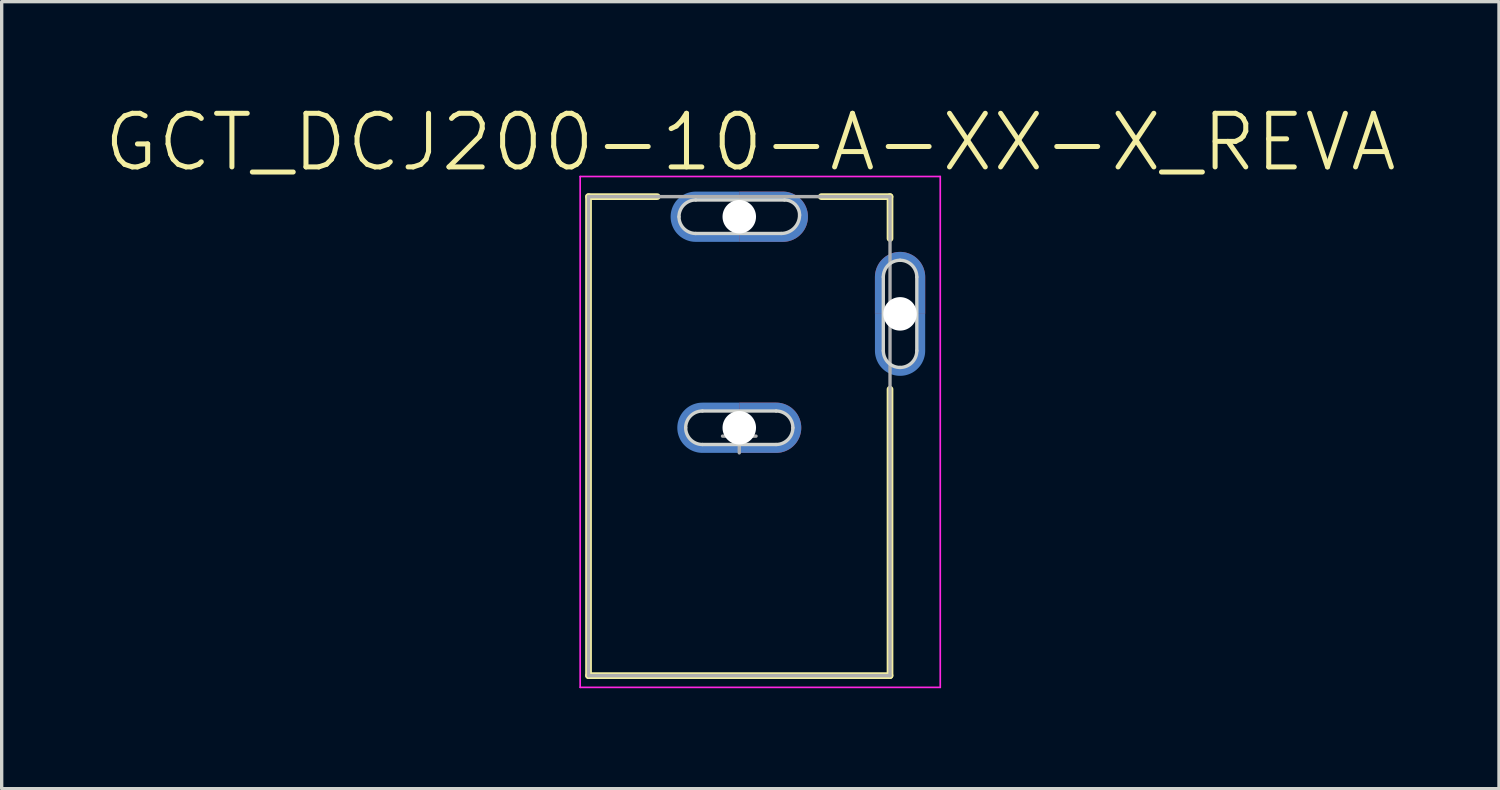
<source format=kicad_pcb>
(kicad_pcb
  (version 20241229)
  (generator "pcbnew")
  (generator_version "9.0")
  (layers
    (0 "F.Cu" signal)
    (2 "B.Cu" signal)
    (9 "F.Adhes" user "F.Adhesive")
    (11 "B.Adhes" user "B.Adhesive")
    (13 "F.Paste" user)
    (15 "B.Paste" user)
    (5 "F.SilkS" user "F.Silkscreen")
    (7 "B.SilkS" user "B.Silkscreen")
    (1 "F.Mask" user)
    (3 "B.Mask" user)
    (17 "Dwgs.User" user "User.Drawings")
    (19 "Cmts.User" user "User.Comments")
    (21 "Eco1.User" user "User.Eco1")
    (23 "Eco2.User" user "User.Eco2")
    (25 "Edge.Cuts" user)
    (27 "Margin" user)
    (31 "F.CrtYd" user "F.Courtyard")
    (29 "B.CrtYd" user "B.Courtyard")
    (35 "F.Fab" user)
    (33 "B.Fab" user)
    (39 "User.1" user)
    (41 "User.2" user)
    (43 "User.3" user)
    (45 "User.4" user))
  (footprint "GCT_DCJ200-10-A-XX-X_REVA"
    (layer "F.Cu")
    (at 19.02 9.97)
    (property "Reference" "GCT_DCJ200-10-A-XX-X_REVA" (at 0.33 -8.77 0) (layer "F.SilkS") (effects (font (size 1.601 1.601) (thickness 0.15))))
    (attr through_hole)
    (fp_poly (pts (xy -2.152 -7.4) (xy 2.15 -7.4) (xy 2.15 -5.706) (xy -2.152 -5.706)) (stroke (width 0.01) (type solid)) (fill yes) (layer "F.Mask"))
    (fp_poly (pts (xy -1.951 -1.1) (xy 1.95 -1.1) (xy 1.95 0.6) (xy -1.951 0.6)) (stroke (width 0.01) (type solid)) (fill yes) (layer "F.Mask"))
    (fp_poly (pts (xy 2.855 -4.5) (xy 6.75 -4.5) (xy 6.75 -2.804) (xy 2.855 -2.804)) (stroke (width 0.01) (type solid)) (fill yes) (layer "F.Mask"))
    (fp_poly (pts (xy 0 -7.05) (xy 0 -7.3) (xy -1.3 -7.3) (xy -1.339 -7.299) (xy -1.378 -7.296) (xy -1.417 -7.291) (xy -1.456 -7.284) (xy -1.494 -7.274) (xy -1.532 -7.263) (xy -1.569 -7.25) (xy -1.605 -7.235) (xy -1.64 -7.218) (xy -1.675 -7.2) (xy -1.708 -7.179) (xy -1.741 -7.157) (xy -1.772 -7.133) (xy -1.802 -7.107) (xy -1.83 -7.08) (xy -1.857 -7.052) (xy -1.883 -7.022) (xy -1.907 -6.991) (xy -1.929 -6.958) (xy -1.95 -6.925) (xy -1.968 -6.89) (xy -1.985 -6.855) (xy -2 -6.819) (xy -2.013 -6.782) (xy -2.024 -6.744) (xy -2.034 -6.706) (xy -2.041 -6.667) (xy -2.046 -6.628) (xy -2.049 -6.589) (xy -2.05 -6.55) (xy -2.049 -6.511) (xy -2.046 -6.472) (xy -2.041 -6.433) (xy -2.034 -6.394) (xy -2.024 -6.356) (xy -2.013 -6.318) (xy -2 -6.281) (xy -1.985 -6.245) (xy -1.968 -6.21) (xy -1.95 -6.175) (xy -1.929 -6.142) (xy -1.907 -6.109) (xy -1.883 -6.078) (xy -1.857 -6.048) (xy -1.83 -6.02) (xy -1.802 -5.993) (xy -1.772 -5.967) (xy -1.741 -5.943) (xy -1.708 -5.921) (xy -1.675 -5.9) (xy -1.64 -5.882) (xy -1.605 -5.865) (xy -1.569 -5.85) (xy -1.532 -5.837) (xy -1.494 -5.826) (xy -1.456 -5.816) (xy -1.417 -5.809) (xy -1.378 -5.804) (xy -1.339 -5.801) (xy -1.3 -5.8) (xy 0 -5.8) (xy 0 -6.05) (xy -1.3 -6.05) (xy -1.326 -6.051) (xy -1.352 -6.053) (xy -1.378 -6.056) (xy -1.404 -6.061) (xy -1.429 -6.067) (xy -1.455 -6.074) (xy -1.479 -6.083) (xy -1.503 -6.093) (xy -1.527 -6.104) (xy -1.55 -6.117) (xy -1.572 -6.131) (xy -1.594 -6.145) (xy -1.615 -6.161) (xy -1.635 -6.178) (xy -1.654 -6.196) (xy -1.672 -6.215) (xy -1.689 -6.235) (xy -1.705 -6.256) (xy -1.719 -6.278) (xy -1.733 -6.3) (xy -1.746 -6.323) (xy -1.757 -6.347) (xy -1.767 -6.371) (xy -1.776 -6.395) (xy -1.783 -6.421) (xy -1.789 -6.446) (xy -1.794 -6.472) (xy -1.797 -6.498) (xy -1.799 -6.524) (xy -1.8 -6.55) (xy -1.799 -6.576) (xy -1.797 -6.602) (xy -1.794 -6.628) (xy -1.789 -6.654) (xy -1.783 -6.679) (xy -1.776 -6.705) (xy -1.767 -6.729) (xy -1.757 -6.753) (xy -1.746 -6.777) (xy -1.733 -6.8) (xy -1.719 -6.822) (xy -1.705 -6.844) (xy -1.689 -6.865) (xy -1.672 -6.885) (xy -1.654 -6.904) (xy -1.635 -6.922) (xy -1.615 -6.939) (xy -1.594 -6.955) (xy -1.572 -6.969) (xy -1.55 -6.983) (xy -1.527 -6.996) (xy -1.503 -7.007) (xy -1.479 -7.017) (xy -1.455 -7.026) (xy -1.429 -7.033) (xy -1.404 -7.039) (xy -1.378 -7.044) (xy -1.352 -7.047) (xy -1.326 -7.049) (xy -1.3 -7.05) (xy 0 -7.05)) (stroke (width 0.001) (type solid)) (fill yes) (layer "B.Cu"))
    (fp_poly (pts (xy 0 -6.05) (xy 0 -5.8) (xy 1.3 -5.8) (xy 1.339 -5.801) (xy 1.378 -5.804) (xy 1.417 -5.809) (xy 1.456 -5.816) (xy 1.494 -5.826) (xy 1.532 -5.837) (xy 1.569 -5.85) (xy 1.605 -5.865) (xy 1.64 -5.882) (xy 1.675 -5.9) (xy 1.708 -5.921) (xy 1.741 -5.943) (xy 1.772 -5.967) (xy 1.802 -5.993) (xy 1.83 -6.02) (xy 1.857 -6.048) (xy 1.883 -6.078) (xy 1.907 -6.109) (xy 1.929 -6.142) (xy 1.95 -6.175) (xy 1.968 -6.21) (xy 1.985 -6.245) (xy 2 -6.281) (xy 2.013 -6.318) (xy 2.024 -6.356) (xy 2.034 -6.394) (xy 2.041 -6.433) (xy 2.046 -6.472) (xy 2.049 -6.511) (xy 2.05 -6.55) (xy 2.049 -6.589) (xy 2.046 -6.628) (xy 2.041 -6.667) (xy 2.034 -6.706) (xy 2.024 -6.744) (xy 2.013 -6.782) (xy 2 -6.819) (xy 1.985 -6.855) (xy 1.968 -6.89) (xy 1.95 -6.925) (xy 1.929 -6.958) (xy 1.907 -6.991) (xy 1.883 -7.022) (xy 1.857 -7.052) (xy 1.83 -7.08) (xy 1.802 -7.107) (xy 1.772 -7.133) (xy 1.741 -7.157) (xy 1.708 -7.179) (xy 1.675 -7.2) (xy 1.64 -7.218) (xy 1.605 -7.235) (xy 1.569 -7.25) (xy 1.532 -7.263) (xy 1.494 -7.274) (xy 1.456 -7.284) (xy 1.417 -7.291) (xy 1.378 -7.296) (xy 1.339 -7.299) (xy 1.3 -7.3) (xy 0 -7.3) (xy 0 -7.05) (xy 1.3 -7.05) (xy 1.326 -7.049) (xy 1.352 -7.047) (xy 1.378 -7.044) (xy 1.404 -7.039) (xy 1.429 -7.033) (xy 1.455 -7.026) (xy 1.479 -7.017) (xy 1.503 -7.007) (xy 1.527 -6.996) (xy 1.55 -6.983) (xy 1.572 -6.969) (xy 1.594 -6.955) (xy 1.615 -6.939) (xy 1.635 -6.922) (xy 1.654 -6.904) (xy 1.672 -6.885) (xy 1.689 -6.865) (xy 1.705 -6.844) (xy 1.719 -6.822) (xy 1.733 -6.8) (xy 1.746 -6.777) (xy 1.757 -6.753) (xy 1.767 -6.729) (xy 1.776 -6.705) (xy 1.783 -6.679) (xy 1.789 -6.654) (xy 1.794 -6.628) (xy 1.797 -6.602) (xy 1.799 -6.576) (xy 1.8 -6.55) (xy 1.799 -6.524) (xy 1.797 -6.498) (xy 1.794 -6.472) (xy 1.789 -6.446) (xy 1.783 -6.421) (xy 1.776 -6.395) (xy 1.767 -6.371) (xy 1.757 -6.347) (xy 1.746 -6.323) (xy 1.733 -6.3) (xy 1.719 -6.278) (xy 1.705 -6.256) (xy 1.689 -6.235) (xy 1.672 -6.215) (xy 1.654 -6.196) (xy 1.635 -6.178) (xy 1.615 -6.161) (xy 1.594 -6.145) (xy 1.572 -6.131) (xy 1.55 -6.117) (xy 1.527 -6.104) (xy 1.503 -6.093) (xy 1.479 -6.083) (xy 1.455 -6.074) (xy 1.429 -6.067) (xy 1.404 -6.061) (xy 1.378 -6.056) (xy 1.352 -6.053) (xy 1.326 -6.051) (xy 1.3 -6.05) (xy 0 -6.05)) (stroke (width 0.001) (type solid)) (fill yes) (layer "B.Cu"))
    (fp_poly (pts (xy 0 -0.75) (xy 0 -1) (xy -1.1 -1) (xy -1.139 -0.999) (xy -1.178 -0.996) (xy -1.217 -0.991) (xy -1.256 -0.984) (xy -1.294 -0.974) (xy -1.332 -0.963) (xy -1.369 -0.95) (xy -1.405 -0.935) (xy -1.44 -0.918) (xy -1.475 -0.9) (xy -1.508 -0.879) (xy -1.541 -0.857) (xy -1.572 -0.833) (xy -1.602 -0.807) (xy -1.63 -0.78) (xy -1.657 -0.752) (xy -1.683 -0.722) (xy -1.707 -0.691) (xy -1.729 -0.658) (xy -1.75 -0.625) (xy -1.768 -0.59) (xy -1.785 -0.555) (xy -1.8 -0.519) (xy -1.813 -0.482) (xy -1.824 -0.444) (xy -1.834 -0.406) (xy -1.841 -0.367) (xy -1.846 -0.328) (xy -1.849 -0.289) (xy -1.85 -0.25) (xy -1.849 -0.211) (xy -1.846 -0.172) (xy -1.841 -0.133) (xy -1.834 -0.094) (xy -1.824 -0.056) (xy -1.813 -0.018) (xy -1.8 0.019) (xy -1.785 0.055) (xy -1.768 0.09) (xy -1.75 0.125) (xy -1.729 0.158) (xy -1.707 0.191) (xy -1.683 0.222) (xy -1.657 0.252) (xy -1.63 0.28) (xy -1.602 0.307) (xy -1.572 0.333) (xy -1.541 0.357) (xy -1.508 0.379) (xy -1.475 0.4) (xy -1.44 0.418) (xy -1.405 0.435) (xy -1.369 0.45) (xy -1.332 0.463) (xy -1.294 0.474) (xy -1.256 0.484) (xy -1.217 0.491) (xy -1.178 0.496) (xy -1.139 0.499) (xy -1.1 0.5) (xy 0 0.5) (xy 0 0.25) (xy -1.1 0.25) (xy -1.126 0.249) (xy -1.152 0.247) (xy -1.178 0.244) (xy -1.204 0.239) (xy -1.229 0.233) (xy -1.255 0.226) (xy -1.279 0.217) (xy -1.303 0.207) (xy -1.327 0.196) (xy -1.35 0.183) (xy -1.372 0.169) (xy -1.394 0.155) (xy -1.415 0.139) (xy -1.435 0.122) (xy -1.454 0.104) (xy -1.472 0.085) (xy -1.489 0.065) (xy -1.505 0.044) (xy -1.519 0.022) (xy -1.533 0) (xy -1.546 -0.023) (xy -1.557 -0.047) (xy -1.567 -0.071) (xy -1.576 -0.095) (xy -1.583 -0.121) (xy -1.589 -0.146) (xy -1.594 -0.172) (xy -1.597 -0.198) (xy -1.599 -0.224) (xy -1.6 -0.25) (xy -1.599 -0.276) (xy -1.597 -0.302) (xy -1.594 -0.328) (xy -1.589 -0.354) (xy -1.583 -0.379) (xy -1.576 -0.405) (xy -1.567 -0.429) (xy -1.557 -0.453) (xy -1.546 -0.477) (xy -1.533 -0.5) (xy -1.519 -0.522) (xy -1.505 -0.544) (xy -1.489 -0.565) (xy -1.472 -0.585) (xy -1.454 -0.604) (xy -1.435 -0.622) (xy -1.415 -0.639) (xy -1.394 -0.655) (xy -1.372 -0.669) (xy -1.35 -0.683) (xy -1.327 -0.696) (xy -1.303 -0.707) (xy -1.279 -0.717) (xy -1.255 -0.726) (xy -1.229 -0.733) (xy -1.204 -0.739) (xy -1.178 -0.744) (xy -1.152 -0.747) (xy -1.126 -0.749) (xy -1.1 -0.75) (xy 0 -0.75)) (stroke (width 0.001) (type solid)) (fill yes) (layer "B.Cu"))
    (fp_poly (pts (xy 0 0.25) (xy 0 0.5) (xy 1.1 0.5) (xy 1.139 0.499) (xy 1.178 0.496) (xy 1.217 0.491) (xy 1.256 0.484) (xy 1.294 0.474) (xy 1.332 0.463) (xy 1.369 0.45) (xy 1.405 0.435) (xy 1.44 0.418) (xy 1.475 0.4) (xy 1.508 0.379) (xy 1.541 0.357) (xy 1.572 0.333) (xy 1.602 0.307) (xy 1.63 0.28) (xy 1.657 0.252) (xy 1.683 0.222) (xy 1.707 0.191) (xy 1.729 0.158) (xy 1.75 0.125) (xy 1.768 0.09) (xy 1.785 0.055) (xy 1.8 0.019) (xy 1.813 -0.018) (xy 1.824 -0.056) (xy 1.834 -0.094) (xy 1.841 -0.133) (xy 1.846 -0.172) (xy 1.849 -0.211) (xy 1.85 -0.25) (xy 1.849 -0.289) (xy 1.846 -0.328) (xy 1.841 -0.367) (xy 1.834 -0.406) (xy 1.824 -0.444) (xy 1.813 -0.482) (xy 1.8 -0.519) (xy 1.785 -0.555) (xy 1.768 -0.59) (xy 1.75 -0.625) (xy 1.729 -0.658) (xy 1.707 -0.691) (xy 1.683 -0.722) (xy 1.657 -0.752) (xy 1.63 -0.78) (xy 1.602 -0.807) (xy 1.572 -0.833) (xy 1.541 -0.857) (xy 1.508 -0.879) (xy 1.475 -0.9) (xy 1.44 -0.918) (xy 1.405 -0.935) (xy 1.369 -0.95) (xy 1.332 -0.963) (xy 1.294 -0.974) (xy 1.256 -0.984) (xy 1.217 -0.991) (xy 1.178 -0.996) (xy 1.139 -0.999) (xy 1.1 -1) (xy 0 -1) (xy 0 -0.75) (xy 1.1 -0.75) (xy 1.126 -0.749) (xy 1.152 -0.747) (xy 1.178 -0.744) (xy 1.204 -0.739) (xy 1.229 -0.733) (xy 1.255 -0.726) (xy 1.279 -0.717) (xy 1.303 -0.707) (xy 1.327 -0.696) (xy 1.35 -0.683) (xy 1.372 -0.669) (xy 1.394 -0.655) (xy 1.415 -0.639) (xy 1.435 -0.622) (xy 1.454 -0.604) (xy 1.472 -0.585) (xy 1.489 -0.565) (xy 1.505 -0.544) (xy 1.519 -0.522) (xy 1.533 -0.5) (xy 1.546 -0.477) (xy 1.557 -0.453) (xy 1.567 -0.429) (xy 1.576 -0.405) (xy 1.583 -0.379) (xy 1.589 -0.354) (xy 1.594 -0.328) (xy 1.597 -0.302) (xy 1.599 -0.276) (xy 1.6 -0.25) (xy 1.599 -0.224) (xy 1.597 -0.198) (xy 1.594 -0.172) (xy 1.589 -0.146) (xy 1.583 -0.121) (xy 1.576 -0.095) (xy 1.567 -0.071) (xy 1.557 -0.047) (xy 1.546 -0.023) (xy 1.533 0) (xy 1.519 0.022) (xy 1.505 0.044) (xy 1.489 0.065) (xy 1.472 0.085) (xy 1.454 0.104) (xy 1.435 0.122) (xy 1.415 0.139) (xy 1.394 0.155) (xy 1.372 0.169) (xy 1.35 0.183) (xy 1.327 0.196) (xy 1.303 0.207) (xy 1.279 0.217) (xy 1.255 0.226) (xy 1.229 0.233) (xy 1.204 0.239) (xy 1.178 0.244) (xy 1.152 0.247) (xy 1.126 0.249) (xy 1.1 0.25) (xy 0 0.25)) (stroke (width 0.001) (type solid)) (fill yes) (layer "B.Cu"))
    (fp_poly (pts (xy 4.3 -3.65) (xy 4.05 -3.65) (xy 4.05 -2.55) (xy 4.051 -2.511) (xy 4.054 -2.472) (xy 4.059 -2.433) (xy 4.066 -2.394) (xy 4.076 -2.356) (xy 4.087 -2.318) (xy 4.1 -2.281) (xy 4.115 -2.245) (xy 4.132 -2.21) (xy 4.15 -2.175) (xy 4.171 -2.142) (xy 4.193 -2.109) (xy 4.217 -2.078) (xy 4.243 -2.048) (xy 4.27 -2.02) (xy 4.298 -1.993) (xy 4.328 -1.967) (xy 4.359 -1.943) (xy 4.392 -1.921) (xy 4.425 -1.9) (xy 4.46 -1.882) (xy 4.495 -1.865) (xy 4.531 -1.85) (xy 4.568 -1.837) (xy 4.606 -1.826) (xy 4.644 -1.816) (xy 4.683 -1.809) (xy 4.722 -1.804) (xy 4.761 -1.801) (xy 4.8 -1.8) (xy 4.839 -1.801) (xy 4.878 -1.804) (xy 4.917 -1.809) (xy 4.956 -1.816) (xy 4.994 -1.826) (xy 5.032 -1.837) (xy 5.069 -1.85) (xy 5.105 -1.865) (xy 5.14 -1.882) (xy 5.175 -1.9) (xy 5.208 -1.921) (xy 5.241 -1.943) (xy 5.272 -1.967) (xy 5.302 -1.993) (xy 5.33 -2.02) (xy 5.357 -2.048) (xy 5.383 -2.078) (xy 5.407 -2.109) (xy 5.429 -2.142) (xy 5.45 -2.175) (xy 5.468 -2.21) (xy 5.485 -2.245) (xy 5.5 -2.281) (xy 5.513 -2.318) (xy 5.524 -2.356) (xy 5.534 -2.394) (xy 5.541 -2.433) (xy 5.546 -2.472) (xy 5.549 -2.511) (xy 5.55 -2.55) (xy 5.55 -3.65) (xy 5.3 -3.65) (xy 5.3 -2.55) (xy 5.299 -2.524) (xy 5.297 -2.498) (xy 5.294 -2.472) (xy 5.289 -2.446) (xy 5.283 -2.421) (xy 5.276 -2.395) (xy 5.267 -2.371) (xy 5.257 -2.347) (xy 5.246 -2.323) (xy 5.233 -2.3) (xy 5.219 -2.278) (xy 5.205 -2.256) (xy 5.189 -2.235) (xy 5.172 -2.215) (xy 5.154 -2.196) (xy 5.135 -2.178) (xy 5.115 -2.161) (xy 5.094 -2.145) (xy 5.072 -2.131) (xy 5.05 -2.117) (xy 5.027 -2.104) (xy 5.003 -2.093) (xy 4.979 -2.083) (xy 4.955 -2.074) (xy 4.929 -2.067) (xy 4.904 -2.061) (xy 4.878 -2.056) (xy 4.852 -2.053) (xy 4.826 -2.051) (xy 4.8 -2.05) (xy 4.774 -2.051) (xy 4.748 -2.053) (xy 4.722 -2.056) (xy 4.696 -2.061) (xy 4.671 -2.067) (xy 4.645 -2.074) (xy 4.621 -2.083) (xy 4.597 -2.093) (xy 4.573 -2.104) (xy 4.55 -2.117) (xy 4.528 -2.131) (xy 4.506 -2.145) (xy 4.485 -2.161) (xy 4.465 -2.178) (xy 4.446 -2.196) (xy 4.428 -2.215) (xy 4.411 -2.235) (xy 4.395 -2.256) (xy 4.381 -2.278) (xy 4.367 -2.3) (xy 4.354 -2.323) (xy 4.343 -2.347) (xy 4.333 -2.371) (xy 4.324 -2.395) (xy 4.317 -2.421) (xy 4.311 -2.446) (xy 4.306 -2.472) (xy 4.303 -2.498) (xy 4.301 -2.524) (xy 4.3 -2.55) (xy 4.3 -3.65)) (stroke (width 0.001) (type solid)) (fill yes) (layer "B.Cu"))
    (fp_poly (pts (xy 5.3 -3.65) (xy 5.55 -3.65) (xy 5.55 -4.75) (xy 5.549 -4.789) (xy 5.546 -4.828) (xy 5.541 -4.867) (xy 5.534 -4.906) (xy 5.524 -4.944) (xy 5.513 -4.982) (xy 5.5 -5.019) (xy 5.485 -5.055) (xy 5.468 -5.09) (xy 5.45 -5.125) (xy 5.429 -5.158) (xy 5.407 -5.191) (xy 5.383 -5.222) (xy 5.357 -5.252) (xy 5.33 -5.28) (xy 5.302 -5.307) (xy 5.272 -5.333) (xy 5.241 -5.357) (xy 5.208 -5.379) (xy 5.175 -5.4) (xy 5.14 -5.418) (xy 5.105 -5.435) (xy 5.069 -5.45) (xy 5.032 -5.463) (xy 4.994 -5.474) (xy 4.956 -5.484) (xy 4.917 -5.491) (xy 4.878 -5.496) (xy 4.839 -5.499) (xy 4.8 -5.5) (xy 4.761 -5.499) (xy 4.722 -5.496) (xy 4.683 -5.491) (xy 4.644 -5.484) (xy 4.606 -5.474) (xy 4.568 -5.463) (xy 4.531 -5.45) (xy 4.495 -5.435) (xy 4.46 -5.418) (xy 4.425 -5.4) (xy 4.392 -5.379) (xy 4.359 -5.357) (xy 4.328 -5.333) (xy 4.298 -5.307) (xy 4.27 -5.28) (xy 4.243 -5.252) (xy 4.217 -5.222) (xy 4.193 -5.191) (xy 4.171 -5.158) (xy 4.15 -5.125) (xy 4.132 -5.09) (xy 4.115 -5.055) (xy 4.1 -5.019) (xy 4.087 -4.982) (xy 4.076 -4.944) (xy 4.066 -4.906) (xy 4.059 -4.867) (xy 4.054 -4.828) (xy 4.051 -4.789) (xy 4.05 -4.75) (xy 4.05 -3.65) (xy 4.3 -3.65) (xy 4.3 -4.75) (xy 4.301 -4.776) (xy 4.303 -4.802) (xy 4.306 -4.828) (xy 4.311 -4.854) (xy 4.317 -4.879) (xy 4.324 -4.905) (xy 4.333 -4.929) (xy 4.343 -4.953) (xy 4.354 -4.977) (xy 4.367 -5) (xy 4.381 -5.022) (xy 4.395 -5.044) (xy 4.411 -5.065) (xy 4.428 -5.085) (xy 4.446 -5.104) (xy 4.465 -5.122) (xy 4.485 -5.139) (xy 4.506 -5.155) (xy 4.528 -5.169) (xy 4.55 -5.183) (xy 4.573 -5.196) (xy 4.597 -5.207) (xy 4.621 -5.217) (xy 4.645 -5.226) (xy 4.671 -5.233) (xy 4.696 -5.239) (xy 4.722 -5.244) (xy 4.748 -5.247) (xy 4.774 -5.249) (xy 4.8 -5.25) (xy 4.826 -5.249) (xy 4.852 -5.247) (xy 4.878 -5.244) (xy 4.904 -5.239) (xy 4.929 -5.233) (xy 4.955 -5.226) (xy 4.979 -5.217) (xy 5.003 -5.207) (xy 5.027 -5.196) (xy 5.05 -5.183) (xy 5.072 -5.169) (xy 5.094 -5.155) (xy 5.115 -5.139) (xy 5.135 -5.122) (xy 5.154 -5.104) (xy 5.172 -5.085) (xy 5.189 -5.065) (xy 5.205 -5.044) (xy 5.219 -5.022) (xy 5.233 -5) (xy 5.246 -4.977) (xy 5.257 -4.953) (xy 5.267 -4.929) (xy 5.276 -4.905) (xy 5.283 -4.879) (xy 5.289 -4.854) (xy 5.294 -4.828) (xy 5.297 -4.802) (xy 5.299 -4.776) (xy 5.3 -4.75) (xy 5.3 -3.65)) (stroke (width 0.001) (type solid)) (fill yes) (layer "B.Cu"))
    (fp_poly (pts (xy -2.154 -7.4) (xy 2.15 -7.4) (xy 2.15 -5.71) (xy -2.154 -5.71)) (stroke (width 0.01) (type solid)) (fill yes) (layer "B.Mask"))
    (fp_poly (pts (xy -1.95 -1.1) (xy 1.95 -1.1) (xy 1.95 0.6) (xy -1.95 0.6)) (stroke (width 0.01) (type solid)) (fill yes) (layer "B.Mask"))
    (fp_poly (pts (xy 2.855 -4.5) (xy 6.75 -4.5) (xy 6.75 -2.805) (xy 2.855 -2.805)) (stroke (width 0.01) (type solid)) (fill yes) (layer "B.Mask"))
    (fp_line (start -4.5 -7.15) (end -4.5 7.15) (stroke (width 0.2) (type solid)) (layer "F.SilkS"))
    (fp_line (start -4.5 7.15) (end 4.5 7.15) (stroke (width 0.2) (type solid)) (layer "F.SilkS"))
    (fp_line (start -2.45 -7.15) (end -4.5 -7.15) (stroke (width 0.2) (type solid)) (layer "F.SilkS"))
    (fp_line (start 2.45 -7.15) (end 4.5 -7.15) (stroke (width 0.2) (type solid)) (layer "F.SilkS"))
    (fp_line (start 4.5 -7.15) (end 4.5 -5.9) (stroke (width 0.2) (type solid)) (layer "F.SilkS"))
    (fp_line (start 4.5 7.15) (end 4.5 -1.4) (stroke (width 0.2) (type solid)) (layer "F.SilkS"))
    (fp_poly (pts (xy 0 -7.05) (xy 0 -7.3) (xy -1.3 -7.3) (xy -1.339 -7.299) (xy -1.378 -7.296) (xy -1.417 -7.291) (xy -1.456 -7.284) (xy -1.494 -7.274) (xy -1.532 -7.263) (xy -1.569 -7.25) (xy -1.605 -7.235) (xy -1.64 -7.218) (xy -1.675 -7.2) (xy -1.708 -7.179) (xy -1.741 -7.157) (xy -1.772 -7.133) (xy -1.802 -7.107) (xy -1.83 -7.08) (xy -1.857 -7.052) (xy -1.883 -7.022) (xy -1.907 -6.991) (xy -1.929 -6.958) (xy -1.95 -6.925) (xy -1.968 -6.89) (xy -1.985 -6.855) (xy -2 -6.819) (xy -2.013 -6.782) (xy -2.024 -6.744) (xy -2.034 -6.706) (xy -2.041 -6.667) (xy -2.046 -6.628) (xy -2.049 -6.589) (xy -2.05 -6.55) (xy -2.049 -6.511) (xy -2.046 -6.472) (xy -2.041 -6.433) (xy -2.034 -6.394) (xy -2.024 -6.356) (xy -2.013 -6.318) (xy -2 -6.281) (xy -1.985 -6.245) (xy -1.968 -6.21) (xy -1.95 -6.175) (xy -1.929 -6.142) (xy -1.907 -6.109) (xy -1.883 -6.078) (xy -1.857 -6.048) (xy -1.83 -6.02) (xy -1.802 -5.993) (xy -1.772 -5.967) (xy -1.741 -5.943) (xy -1.708 -5.921) (xy -1.675 -5.9) (xy -1.64 -5.882) (xy -1.605 -5.865) (xy -1.569 -5.85) (xy -1.532 -5.837) (xy -1.494 -5.826) (xy -1.456 -5.816) (xy -1.417 -5.809) (xy -1.378 -5.804) (xy -1.339 -5.801) (xy -1.3 -5.8) (xy 0 -5.8) (xy 0 -6.05) (xy -1.3 -6.05) (xy -1.326 -6.051) (xy -1.352 -6.053) (xy -1.378 -6.056) (xy -1.404 -6.061) (xy -1.429 -6.067) (xy -1.455 -6.074) (xy -1.479 -6.083) (xy -1.503 -6.093) (xy -1.527 -6.104) (xy -1.55 -6.117) (xy -1.572 -6.131) (xy -1.594 -6.145) (xy -1.615 -6.161) (xy -1.635 -6.178) (xy -1.654 -6.196) (xy -1.672 -6.215) (xy -1.689 -6.235) (xy -1.705 -6.256) (xy -1.719 -6.278) (xy -1.733 -6.3) (xy -1.746 -6.323) (xy -1.757 -6.347) (xy -1.767 -6.371) (xy -1.776 -6.395) (xy -1.783 -6.421) (xy -1.789 -6.446) (xy -1.794 -6.472) (xy -1.797 -6.498) (xy -1.799 -6.524) (xy -1.8 -6.55) (xy -1.799 -6.576) (xy -1.797 -6.602) (xy -1.794 -6.628) (xy -1.789 -6.654) (xy -1.783 -6.679) (xy -1.776 -6.705) (xy -1.767 -6.729) (xy -1.757 -6.753) (xy -1.746 -6.777) (xy -1.733 -6.8) (xy -1.719 -6.822) (xy -1.705 -6.844) (xy -1.689 -6.865) (xy -1.672 -6.885) (xy -1.654 -6.904) (xy -1.635 -6.922) (xy -1.615 -6.939) (xy -1.594 -6.955) (xy -1.572 -6.969) (xy -1.55 -6.983) (xy -1.527 -6.996) (xy -1.503 -7.007) (xy -1.479 -7.017) (xy -1.455 -7.026) (xy -1.429 -7.033) (xy -1.404 -7.039) (xy -1.378 -7.044) (xy -1.352 -7.047) (xy -1.326 -7.049) (xy -1.3 -7.05) (xy 0 -7.05)) (stroke (width 0.001) (type solid)) (fill yes) (layer "F.Paste"))
    (fp_poly (pts (xy 0 -6.05) (xy 0 -5.8) (xy 1.3 -5.8) (xy 1.339 -5.801) (xy 1.378 -5.804) (xy 1.417 -5.809) (xy 1.456 -5.816) (xy 1.494 -5.826) (xy 1.532 -5.837) (xy 1.569 -5.85) (xy 1.605 -5.865) (xy 1.64 -5.882) (xy 1.675 -5.9) (xy 1.708 -5.921) (xy 1.741 -5.943) (xy 1.772 -5.967) (xy 1.802 -5.993) (xy 1.83 -6.02) (xy 1.857 -6.048) (xy 1.883 -6.078) (xy 1.907 -6.109) (xy 1.929 -6.142) (xy 1.95 -6.175) (xy 1.968 -6.21) (xy 1.985 -6.245) (xy 2 -6.281) (xy 2.013 -6.318) (xy 2.024 -6.356) (xy 2.034 -6.394) (xy 2.041 -6.433) (xy 2.046 -6.472) (xy 2.049 -6.511) (xy 2.05 -6.55) (xy 2.049 -6.589) (xy 2.046 -6.628) (xy 2.041 -6.667) (xy 2.034 -6.706) (xy 2.024 -6.744) (xy 2.013 -6.782) (xy 2 -6.819) (xy 1.985 -6.855) (xy 1.968 -6.89) (xy 1.95 -6.925) (xy 1.929 -6.958) (xy 1.907 -6.991) (xy 1.883 -7.022) (xy 1.857 -7.052) (xy 1.83 -7.08) (xy 1.802 -7.107) (xy 1.772 -7.133) (xy 1.741 -7.157) (xy 1.708 -7.179) (xy 1.675 -7.2) (xy 1.64 -7.218) (xy 1.605 -7.235) (xy 1.569 -7.25) (xy 1.532 -7.263) (xy 1.494 -7.274) (xy 1.456 -7.284) (xy 1.417 -7.291) (xy 1.378 -7.296) (xy 1.339 -7.299) (xy 1.3 -7.3) (xy 0 -7.3) (xy 0 -7.05) (xy 1.3 -7.05) (xy 1.326 -7.049) (xy 1.352 -7.047) (xy 1.378 -7.044) (xy 1.404 -7.039) (xy 1.429 -7.033) (xy 1.455 -7.026) (xy 1.479 -7.017) (xy 1.503 -7.007) (xy 1.527 -6.996) (xy 1.55 -6.983) (xy 1.572 -6.969) (xy 1.594 -6.955) (xy 1.615 -6.939) (xy 1.635 -6.922) (xy 1.654 -6.904) (xy 1.672 -6.885) (xy 1.689 -6.865) (xy 1.705 -6.844) (xy 1.719 -6.822) (xy 1.733 -6.8) (xy 1.746 -6.777) (xy 1.757 -6.753) (xy 1.767 -6.729) (xy 1.776 -6.705) (xy 1.783 -6.679) (xy 1.789 -6.654) (xy 1.794 -6.628) (xy 1.797 -6.602) (xy 1.799 -6.576) (xy 1.8 -6.55) (xy 1.799 -6.524) (xy 1.797 -6.498) (xy 1.794 -6.472) (xy 1.789 -6.446) (xy 1.783 -6.421) (xy 1.776 -6.395) (xy 1.767 -6.371) (xy 1.757 -6.347) (xy 1.746 -6.323) (xy 1.733 -6.3) (xy 1.719 -6.278) (xy 1.705 -6.256) (xy 1.689 -6.235) (xy 1.672 -6.215) (xy 1.654 -6.196) (xy 1.635 -6.178) (xy 1.615 -6.161) (xy 1.594 -6.145) (xy 1.572 -6.131) (xy 1.55 -6.117) (xy 1.527 -6.104) (xy 1.503 -6.093) (xy 1.479 -6.083) (xy 1.455 -6.074) (xy 1.429 -6.067) (xy 1.404 -6.061) (xy 1.378 -6.056) (xy 1.352 -6.053) (xy 1.326 -6.051) (xy 1.3 -6.05) (xy 0 -6.05)) (stroke (width 0.001) (type solid)) (fill yes) (layer "F.Paste"))
    (fp_poly (pts (xy 0 -0.75) (xy 0 -1) (xy -1.1 -1) (xy -1.139 -0.999) (xy -1.178 -0.996) (xy -1.217 -0.991) (xy -1.256 -0.984) (xy -1.294 -0.974) (xy -1.332 -0.963) (xy -1.369 -0.95) (xy -1.405 -0.935) (xy -1.44 -0.918) (xy -1.475 -0.9) (xy -1.508 -0.879) (xy -1.541 -0.857) (xy -1.572 -0.833) (xy -1.602 -0.807) (xy -1.63 -0.78) (xy -1.657 -0.752) (xy -1.683 -0.722) (xy -1.707 -0.691) (xy -1.729 -0.658) (xy -1.75 -0.625) (xy -1.768 -0.59) (xy -1.785 -0.555) (xy -1.8 -0.519) (xy -1.813 -0.482) (xy -1.824 -0.444) (xy -1.834 -0.406) (xy -1.841 -0.367) (xy -1.846 -0.328) (xy -1.849 -0.289) (xy -1.85 -0.25) (xy -1.849 -0.211) (xy -1.846 -0.172) (xy -1.841 -0.133) (xy -1.834 -0.094) (xy -1.824 -0.056) (xy -1.813 -0.018) (xy -1.8 0.019) (xy -1.785 0.055) (xy -1.768 0.09) (xy -1.75 0.125) (xy -1.729 0.158) (xy -1.707 0.191) (xy -1.683 0.222) (xy -1.657 0.252) (xy -1.63 0.28) (xy -1.602 0.307) (xy -1.572 0.333) (xy -1.541 0.357) (xy -1.508 0.379) (xy -1.475 0.4) (xy -1.44 0.418) (xy -1.405 0.435) (xy -1.369 0.45) (xy -1.332 0.463) (xy -1.294 0.474) (xy -1.256 0.484) (xy -1.217 0.491) (xy -1.178 0.496) (xy -1.139 0.499) (xy -1.1 0.5) (xy 0 0.5) (xy 0 0.25) (xy -1.1 0.25) (xy -1.126 0.249) (xy -1.152 0.247) (xy -1.178 0.244) (xy -1.204 0.239) (xy -1.229 0.233) (xy -1.255 0.226) (xy -1.279 0.217) (xy -1.303 0.207) (xy -1.327 0.196) (xy -1.35 0.183) (xy -1.372 0.169) (xy -1.394 0.155) (xy -1.415 0.139) (xy -1.435 0.122) (xy -1.454 0.104) (xy -1.472 0.085) (xy -1.489 0.065) (xy -1.505 0.044) (xy -1.519 0.022) (xy -1.533 0) (xy -1.546 -0.023) (xy -1.557 -0.047) (xy -1.567 -0.071) (xy -1.576 -0.095) (xy -1.583 -0.121) (xy -1.589 -0.146) (xy -1.594 -0.172) (xy -1.597 -0.198) (xy -1.599 -0.224) (xy -1.6 -0.25) (xy -1.599 -0.276) (xy -1.597 -0.302) (xy -1.594 -0.328) (xy -1.589 -0.354) (xy -1.583 -0.379) (xy -1.576 -0.405) (xy -1.567 -0.429) (xy -1.557 -0.453) (xy -1.546 -0.477) (xy -1.533 -0.5) (xy -1.519 -0.522) (xy -1.505 -0.544) (xy -1.489 -0.565) (xy -1.472 -0.585) (xy -1.454 -0.604) (xy -1.435 -0.622) (xy -1.415 -0.639) (xy -1.394 -0.655) (xy -1.372 -0.669) (xy -1.35 -0.683) (xy -1.327 -0.696) (xy -1.303 -0.707) (xy -1.279 -0.717) (xy -1.255 -0.726) (xy -1.229 -0.733) (xy -1.204 -0.739) (xy -1.178 -0.744) (xy -1.152 -0.747) (xy -1.126 -0.749) (xy -1.1 -0.75) (xy 0 -0.75)) (stroke (width 0.001) (type solid)) (fill yes) (layer "F.Paste"))
    (fp_poly (pts (xy 0 0.25) (xy 0 0.5) (xy 1.1 0.5) (xy 1.139 0.499) (xy 1.178 0.496) (xy 1.217 0.491) (xy 1.256 0.484) (xy 1.294 0.474) (xy 1.332 0.463) (xy 1.369 0.45) (xy 1.405 0.435) (xy 1.44 0.418) (xy 1.475 0.4) (xy 1.508 0.379) (xy 1.541 0.357) (xy 1.572 0.333) (xy 1.602 0.307) (xy 1.63 0.28) (xy 1.657 0.252) (xy 1.683 0.222) (xy 1.707 0.191) (xy 1.729 0.158) (xy 1.75 0.125) (xy 1.768 0.09) (xy 1.785 0.055) (xy 1.8 0.019) (xy 1.813 -0.018) (xy 1.824 -0.056) (xy 1.834 -0.094) (xy 1.841 -0.133) (xy 1.846 -0.172) (xy 1.849 -0.211) (xy 1.85 -0.25) (xy 1.849 -0.289) (xy 1.846 -0.328) (xy 1.841 -0.367) (xy 1.834 -0.406) (xy 1.824 -0.444) (xy 1.813 -0.482) (xy 1.8 -0.519) (xy 1.785 -0.555) (xy 1.768 -0.59) (xy 1.75 -0.625) (xy 1.729 -0.658) (xy 1.707 -0.691) (xy 1.683 -0.722) (xy 1.657 -0.752) (xy 1.63 -0.78) (xy 1.602 -0.807) (xy 1.572 -0.833) (xy 1.541 -0.857) (xy 1.508 -0.879) (xy 1.475 -0.9) (xy 1.44 -0.918) (xy 1.405 -0.935) (xy 1.369 -0.95) (xy 1.332 -0.963) (xy 1.294 -0.974) (xy 1.256 -0.984) (xy 1.217 -0.991) (xy 1.178 -0.996) (xy 1.139 -0.999) (xy 1.1 -1) (xy 0 -1) (xy 0 -0.75) (xy 1.1 -0.75) (xy 1.126 -0.749) (xy 1.152 -0.747) (xy 1.178 -0.744) (xy 1.204 -0.739) (xy 1.229 -0.733) (xy 1.255 -0.726) (xy 1.279 -0.717) (xy 1.303 -0.707) (xy 1.327 -0.696) (xy 1.35 -0.683) (xy 1.372 -0.669) (xy 1.394 -0.655) (xy 1.415 -0.639) (xy 1.435 -0.622) (xy 1.454 -0.604) (xy 1.472 -0.585) (xy 1.489 -0.565) (xy 1.505 -0.544) (xy 1.519 -0.522) (xy 1.533 -0.5) (xy 1.546 -0.477) (xy 1.557 -0.453) (xy 1.567 -0.429) (xy 1.576 -0.405) (xy 1.583 -0.379) (xy 1.589 -0.354) (xy 1.594 -0.328) (xy 1.597 -0.302) (xy 1.599 -0.276) (xy 1.6 -0.25) (xy 1.599 -0.224) (xy 1.597 -0.198) (xy 1.594 -0.172) (xy 1.589 -0.146) (xy 1.583 -0.121) (xy 1.576 -0.095) (xy 1.567 -0.071) (xy 1.557 -0.047) (xy 1.546 -0.023) (xy 1.533 0) (xy 1.519 0.022) (xy 1.505 0.044) (xy 1.489 0.065) (xy 1.472 0.085) (xy 1.454 0.104) (xy 1.435 0.122) (xy 1.415 0.139) (xy 1.394 0.155) (xy 1.372 0.169) (xy 1.35 0.183) (xy 1.327 0.196) (xy 1.303 0.207) (xy 1.279 0.217) (xy 1.255 0.226) (xy 1.229 0.233) (xy 1.204 0.239) (xy 1.178 0.244) (xy 1.152 0.247) (xy 1.126 0.249) (xy 1.1 0.25) (xy 0 0.25)) (stroke (width 0.001) (type solid)) (fill yes) (layer "F.Paste"))
    (fp_poly (pts (xy 4.3 -3.65) (xy 4.05 -3.65) (xy 4.05 -2.55) (xy 4.051 -2.511) (xy 4.054 -2.472) (xy 4.059 -2.433) (xy 4.066 -2.394) (xy 4.076 -2.356) (xy 4.087 -2.318) (xy 4.1 -2.281) (xy 4.115 -2.245) (xy 4.132 -2.21) (xy 4.15 -2.175) (xy 4.171 -2.142) (xy 4.193 -2.109) (xy 4.217 -2.078) (xy 4.243 -2.048) (xy 4.27 -2.02) (xy 4.298 -1.993) (xy 4.328 -1.967) (xy 4.359 -1.943) (xy 4.392 -1.921) (xy 4.425 -1.9) (xy 4.46 -1.882) (xy 4.495 -1.865) (xy 4.531 -1.85) (xy 4.568 -1.837) (xy 4.606 -1.826) (xy 4.644 -1.816) (xy 4.683 -1.809) (xy 4.722 -1.804) (xy 4.761 -1.801) (xy 4.8 -1.8) (xy 4.839 -1.801) (xy 4.878 -1.804) (xy 4.917 -1.809) (xy 4.956 -1.816) (xy 4.994 -1.826) (xy 5.032 -1.837) (xy 5.069 -1.85) (xy 5.105 -1.865) (xy 5.14 -1.882) (xy 5.175 -1.9) (xy 5.208 -1.921) (xy 5.241 -1.943) (xy 5.272 -1.967) (xy 5.302 -1.993) (xy 5.33 -2.02) (xy 5.357 -2.048) (xy 5.383 -2.078) (xy 5.407 -2.109) (xy 5.429 -2.142) (xy 5.45 -2.175) (xy 5.468 -2.21) (xy 5.485 -2.245) (xy 5.5 -2.281) (xy 5.513 -2.318) (xy 5.524 -2.356) (xy 5.534 -2.394) (xy 5.541 -2.433) (xy 5.546 -2.472) (xy 5.549 -2.511) (xy 5.55 -2.55) (xy 5.55 -3.65) (xy 5.3 -3.65) (xy 5.3 -2.55) (xy 5.299 -2.524) (xy 5.297 -2.498) (xy 5.294 -2.472) (xy 5.289 -2.446) (xy 5.283 -2.421) (xy 5.276 -2.395) (xy 5.267 -2.371) (xy 5.257 -2.347) (xy 5.246 -2.323) (xy 5.233 -2.3) (xy 5.219 -2.278) (xy 5.205 -2.256) (xy 5.189 -2.235) (xy 5.172 -2.215) (xy 5.154 -2.196) (xy 5.135 -2.178) (xy 5.115 -2.161) (xy 5.094 -2.145) (xy 5.072 -2.131) (xy 5.05 -2.117) (xy 5.027 -2.104) (xy 5.003 -2.093) (xy 4.979 -2.083) (xy 4.955 -2.074) (xy 4.929 -2.067) (xy 4.904 -2.061) (xy 4.878 -2.056) (xy 4.852 -2.053) (xy 4.826 -2.051) (xy 4.8 -2.05) (xy 4.774 -2.051) (xy 4.748 -2.053) (xy 4.722 -2.056) (xy 4.696 -2.061) (xy 4.671 -2.067) (xy 4.645 -2.074) (xy 4.621 -2.083) (xy 4.597 -2.093) (xy 4.573 -2.104) (xy 4.55 -2.117) (xy 4.528 -2.131) (xy 4.506 -2.145) (xy 4.485 -2.161) (xy 4.465 -2.178) (xy 4.446 -2.196) (xy 4.428 -2.215) (xy 4.411 -2.235) (xy 4.395 -2.256) (xy 4.381 -2.278) (xy 4.367 -2.3) (xy 4.354 -2.323) (xy 4.343 -2.347) (xy 4.333 -2.371) (xy 4.324 -2.395) (xy 4.317 -2.421) (xy 4.311 -2.446) (xy 4.306 -2.472) (xy 4.303 -2.498) (xy 4.301 -2.524) (xy 4.3 -2.55) (xy 4.3 -3.65)) (stroke (width 0.001) (type solid)) (fill yes) (layer "F.Paste"))
    (fp_poly (pts (xy 5.3 -3.65) (xy 5.55 -3.65) (xy 5.55 -4.75) (xy 5.549 -4.789) (xy 5.546 -4.828) (xy 5.541 -4.867) (xy 5.534 -4.906) (xy 5.524 -4.944) (xy 5.513 -4.982) (xy 5.5 -5.019) (xy 5.485 -5.055) (xy 5.468 -5.09) (xy 5.45 -5.125) (xy 5.429 -5.158) (xy 5.407 -5.191) (xy 5.383 -5.222) (xy 5.357 -5.252) (xy 5.33 -5.28) (xy 5.302 -5.307) (xy 5.272 -5.333) (xy 5.241 -5.357) (xy 5.208 -5.379) (xy 5.175 -5.4) (xy 5.14 -5.418) (xy 5.105 -5.435) (xy 5.069 -5.45) (xy 5.032 -5.463) (xy 4.994 -5.474) (xy 4.956 -5.484) (xy 4.917 -5.491) (xy 4.878 -5.496) (xy 4.839 -5.499) (xy 4.8 -5.5) (xy 4.761 -5.499) (xy 4.722 -5.496) (xy 4.683 -5.491) (xy 4.644 -5.484) (xy 4.606 -5.474) (xy 4.568 -5.463) (xy 4.531 -5.45) (xy 4.495 -5.435) (xy 4.46 -5.418) (xy 4.425 -5.4) (xy 4.392 -5.379) (xy 4.359 -5.357) (xy 4.328 -5.333) (xy 4.298 -5.307) (xy 4.27 -5.28) (xy 4.243 -5.252) (xy 4.217 -5.222) (xy 4.193 -5.191) (xy 4.171 -5.158) (xy 4.15 -5.125) (xy 4.132 -5.09) (xy 4.115 -5.055) (xy 4.1 -5.019) (xy 4.087 -4.982) (xy 4.076 -4.944) (xy 4.066 -4.906) (xy 4.059 -4.867) (xy 4.054 -4.828) (xy 4.051 -4.789) (xy 4.05 -4.75) (xy 4.05 -3.65) (xy 4.3 -3.65) (xy 4.3 -4.75) (xy 4.301 -4.776) (xy 4.303 -4.802) (xy 4.306 -4.828) (xy 4.311 -4.854) (xy 4.317 -4.879) (xy 4.324 -4.905) (xy 4.333 -4.929) (xy 4.343 -4.953) (xy 4.354 -4.977) (xy 4.367 -5) (xy 4.381 -5.022) (xy 4.395 -5.044) (xy 4.411 -5.065) (xy 4.428 -5.085) (xy 4.446 -5.104) (xy 4.465 -5.122) (xy 4.485 -5.139) (xy 4.506 -5.155) (xy 4.528 -5.169) (xy 4.55 -5.183) (xy 4.573 -5.196) (xy 4.597 -5.207) (xy 4.621 -5.217) (xy 4.645 -5.226) (xy 4.671 -5.233) (xy 4.696 -5.239) (xy 4.722 -5.244) (xy 4.748 -5.247) (xy 4.774 -5.249) (xy 4.8 -5.25) (xy 4.826 -5.249) (xy 4.852 -5.247) (xy 4.878 -5.244) (xy 4.904 -5.239) (xy 4.929 -5.233) (xy 4.955 -5.226) (xy 4.979 -5.217) (xy 5.003 -5.207) (xy 5.027 -5.196) (xy 5.05 -5.183) (xy 5.072 -5.169) (xy 5.094 -5.155) (xy 5.115 -5.139) (xy 5.135 -5.122) (xy 5.154 -5.104) (xy 5.172 -5.085) (xy 5.189 -5.065) (xy 5.205 -5.044) (xy 5.219 -5.022) (xy 5.233 -5) (xy 5.246 -4.977) (xy 5.257 -4.953) (xy 5.267 -4.929) (xy 5.276 -4.905) (xy 5.283 -4.879) (xy 5.289 -4.854) (xy 5.294 -4.828) (xy 5.297 -4.802) (xy 5.299 -4.776) (xy 5.3 -4.75) (xy 5.3 -3.65)) (stroke (width 0.001) (type solid)) (fill yes) (layer "F.Paste"))
    (fp_poly (pts (xy 0 -7.05) (xy 0 -7.3) (xy -1.3 -7.3) (xy -1.339 -7.299) (xy -1.378 -7.296) (xy -1.417 -7.291) (xy -1.456 -7.284) (xy -1.494 -7.274) (xy -1.532 -7.263) (xy -1.569 -7.25) (xy -1.605 -7.235) (xy -1.64 -7.218) (xy -1.675 -7.2) (xy -1.708 -7.179) (xy -1.741 -7.157) (xy -1.772 -7.133) (xy -1.802 -7.107) (xy -1.83 -7.08) (xy -1.857 -7.052) (xy -1.883 -7.022) (xy -1.907 -6.991) (xy -1.929 -6.958) (xy -1.95 -6.925) (xy -1.968 -6.89) (xy -1.985 -6.855) (xy -2 -6.819) (xy -2.013 -6.782) (xy -2.024 -6.744) (xy -2.034 -6.706) (xy -2.041 -6.667) (xy -2.046 -6.628) (xy -2.049 -6.589) (xy -2.05 -6.55) (xy -2.049 -6.511) (xy -2.046 -6.472) (xy -2.041 -6.433) (xy -2.034 -6.394) (xy -2.024 -6.356) (xy -2.013 -6.318) (xy -2 -6.281) (xy -1.985 -6.245) (xy -1.968 -6.21) (xy -1.95 -6.175) (xy -1.929 -6.142) (xy -1.907 -6.109) (xy -1.883 -6.078) (xy -1.857 -6.048) (xy -1.83 -6.02) (xy -1.802 -5.993) (xy -1.772 -5.967) (xy -1.741 -5.943) (xy -1.708 -5.921) (xy -1.675 -5.9) (xy -1.64 -5.882) (xy -1.605 -5.865) (xy -1.569 -5.85) (xy -1.532 -5.837) (xy -1.494 -5.826) (xy -1.456 -5.816) (xy -1.417 -5.809) (xy -1.378 -5.804) (xy -1.339 -5.801) (xy -1.3 -5.8) (xy 0 -5.8) (xy 0 -6.05) (xy -1.3 -6.05) (xy -1.326 -6.051) (xy -1.352 -6.053) (xy -1.378 -6.056) (xy -1.404 -6.061) (xy -1.429 -6.067) (xy -1.455 -6.074) (xy -1.479 -6.083) (xy -1.503 -6.093) (xy -1.527 -6.104) (xy -1.55 -6.117) (xy -1.572 -6.131) (xy -1.594 -6.145) (xy -1.615 -6.161) (xy -1.635 -6.178) (xy -1.654 -6.196) (xy -1.672 -6.215) (xy -1.689 -6.235) (xy -1.705 -6.256) (xy -1.719 -6.278) (xy -1.733 -6.3) (xy -1.746 -6.323) (xy -1.757 -6.347) (xy -1.767 -6.371) (xy -1.776 -6.395) (xy -1.783 -6.421) (xy -1.789 -6.446) (xy -1.794 -6.472) (xy -1.797 -6.498) (xy -1.799 -6.524) (xy -1.8 -6.55) (xy -1.799 -6.576) (xy -1.797 -6.602) (xy -1.794 -6.628) (xy -1.789 -6.654) (xy -1.783 -6.679) (xy -1.776 -6.705) (xy -1.767 -6.729) (xy -1.757 -6.753) (xy -1.746 -6.777) (xy -1.733 -6.8) (xy -1.719 -6.822) (xy -1.705 -6.844) (xy -1.689 -6.865) (xy -1.672 -6.885) (xy -1.654 -6.904) (xy -1.635 -6.922) (xy -1.615 -6.939) (xy -1.594 -6.955) (xy -1.572 -6.969) (xy -1.55 -6.983) (xy -1.527 -6.996) (xy -1.503 -7.007) (xy -1.479 -7.017) (xy -1.455 -7.026) (xy -1.429 -7.033) (xy -1.404 -7.039) (xy -1.378 -7.044) (xy -1.352 -7.047) (xy -1.326 -7.049) (xy -1.3 -7.05) (xy 0 -7.05)) (stroke (width 0.001) (type solid)) (fill yes) (layer "B.Paste"))
    (fp_poly (pts (xy 0 -6.05) (xy 0 -5.8) (xy 1.3 -5.8) (xy 1.339 -5.801) (xy 1.378 -5.804) (xy 1.417 -5.809) (xy 1.456 -5.816) (xy 1.494 -5.826) (xy 1.532 -5.837) (xy 1.569 -5.85) (xy 1.605 -5.865) (xy 1.64 -5.882) (xy 1.675 -5.9) (xy 1.708 -5.921) (xy 1.741 -5.943) (xy 1.772 -5.967) (xy 1.802 -5.993) (xy 1.83 -6.02) (xy 1.857 -6.048) (xy 1.883 -6.078) (xy 1.907 -6.109) (xy 1.929 -6.142) (xy 1.95 -6.175) (xy 1.968 -6.21) (xy 1.985 -6.245) (xy 2 -6.281) (xy 2.013 -6.318) (xy 2.024 -6.356) (xy 2.034 -6.394) (xy 2.041 -6.433) (xy 2.046 -6.472) (xy 2.049 -6.511) (xy 2.05 -6.55) (xy 2.049 -6.589) (xy 2.046 -6.628) (xy 2.041 -6.667) (xy 2.034 -6.706) (xy 2.024 -6.744) (xy 2.013 -6.782) (xy 2 -6.819) (xy 1.985 -6.855) (xy 1.968 -6.89) (xy 1.95 -6.925) (xy 1.929 -6.958) (xy 1.907 -6.991) (xy 1.883 -7.022) (xy 1.857 -7.052) (xy 1.83 -7.08) (xy 1.802 -7.107) (xy 1.772 -7.133) (xy 1.741 -7.157) (xy 1.708 -7.179) (xy 1.675 -7.2) (xy 1.64 -7.218) (xy 1.605 -7.235) (xy 1.569 -7.25) (xy 1.532 -7.263) (xy 1.494 -7.274) (xy 1.456 -7.284) (xy 1.417 -7.291) (xy 1.378 -7.296) (xy 1.339 -7.299) (xy 1.3 -7.3) (xy 0 -7.3) (xy 0 -7.05) (xy 1.3 -7.05) (xy 1.326 -7.049) (xy 1.352 -7.047) (xy 1.378 -7.044) (xy 1.404 -7.039) (xy 1.429 -7.033) (xy 1.455 -7.026) (xy 1.479 -7.017) (xy 1.503 -7.007) (xy 1.527 -6.996) (xy 1.55 -6.983) (xy 1.572 -6.969) (xy 1.594 -6.955) (xy 1.615 -6.939) (xy 1.635 -6.922) (xy 1.654 -6.904) (xy 1.672 -6.885) (xy 1.689 -6.865) (xy 1.705 -6.844) (xy 1.719 -6.822) (xy 1.733 -6.8) (xy 1.746 -6.777) (xy 1.757 -6.753) (xy 1.767 -6.729) (xy 1.776 -6.705) (xy 1.783 -6.679) (xy 1.789 -6.654) (xy 1.794 -6.628) (xy 1.797 -6.602) (xy 1.799 -6.576) (xy 1.8 -6.55) (xy 1.799 -6.524) (xy 1.797 -6.498) (xy 1.794 -6.472) (xy 1.789 -6.446) (xy 1.783 -6.421) (xy 1.776 -6.395) (xy 1.767 -6.371) (xy 1.757 -6.347) (xy 1.746 -6.323) (xy 1.733 -6.3) (xy 1.719 -6.278) (xy 1.705 -6.256) (xy 1.689 -6.235) (xy 1.672 -6.215) (xy 1.654 -6.196) (xy 1.635 -6.178) (xy 1.615 -6.161) (xy 1.594 -6.145) (xy 1.572 -6.131) (xy 1.55 -6.117) (xy 1.527 -6.104) (xy 1.503 -6.093) (xy 1.479 -6.083) (xy 1.455 -6.074) (xy 1.429 -6.067) (xy 1.404 -6.061) (xy 1.378 -6.056) (xy 1.352 -6.053) (xy 1.326 -6.051) (xy 1.3 -6.05) (xy 0 -6.05)) (stroke (width 0.001) (type solid)) (fill yes) (layer "B.Paste"))
    (fp_poly (pts (xy 0 -0.75) (xy 0 -1) (xy -1.1 -1) (xy -1.139 -0.999) (xy -1.178 -0.996) (xy -1.217 -0.991) (xy -1.256 -0.984) (xy -1.294 -0.974) (xy -1.332 -0.963) (xy -1.369 -0.95) (xy -1.405 -0.935) (xy -1.44 -0.918) (xy -1.475 -0.9) (xy -1.508 -0.879) (xy -1.541 -0.857) (xy -1.572 -0.833) (xy -1.602 -0.807) (xy -1.63 -0.78) (xy -1.657 -0.752) (xy -1.683 -0.722) (xy -1.707 -0.691) (xy -1.729 -0.658) (xy -1.75 -0.625) (xy -1.768 -0.59) (xy -1.785 -0.555) (xy -1.8 -0.519) (xy -1.813 -0.482) (xy -1.824 -0.444) (xy -1.834 -0.406) (xy -1.841 -0.367) (xy -1.846 -0.328) (xy -1.849 -0.289) (xy -1.85 -0.25) (xy -1.849 -0.211) (xy -1.846 -0.172) (xy -1.841 -0.133) (xy -1.834 -0.094) (xy -1.824 -0.056) (xy -1.813 -0.018) (xy -1.8 0.019) (xy -1.785 0.055) (xy -1.768 0.09) (xy -1.75 0.125) (xy -1.729 0.158) (xy -1.707 0.191) (xy -1.683 0.222) (xy -1.657 0.252) (xy -1.63 0.28) (xy -1.602 0.307) (xy -1.572 0.333) (xy -1.541 0.357) (xy -1.508 0.379) (xy -1.475 0.4) (xy -1.44 0.418) (xy -1.405 0.435) (xy -1.369 0.45) (xy -1.332 0.463) (xy -1.294 0.474) (xy -1.256 0.484) (xy -1.217 0.491) (xy -1.178 0.496) (xy -1.139 0.499) (xy -1.1 0.5) (xy 0 0.5) (xy 0 0.25) (xy -1.1 0.25) (xy -1.126 0.249) (xy -1.152 0.247) (xy -1.178 0.244) (xy -1.204 0.239) (xy -1.229 0.233) (xy -1.255 0.226) (xy -1.279 0.217) (xy -1.303 0.207) (xy -1.327 0.196) (xy -1.35 0.183) (xy -1.372 0.169) (xy -1.394 0.155) (xy -1.415 0.139) (xy -1.435 0.122) (xy -1.454 0.104) (xy -1.472 0.085) (xy -1.489 0.065) (xy -1.505 0.044) (xy -1.519 0.022) (xy -1.533 0) (xy -1.546 -0.023) (xy -1.557 -0.047) (xy -1.567 -0.071) (xy -1.576 -0.095) (xy -1.583 -0.121) (xy -1.589 -0.146) (xy -1.594 -0.172) (xy -1.597 -0.198) (xy -1.599 -0.224) (xy -1.6 -0.25) (xy -1.599 -0.276) (xy -1.597 -0.302) (xy -1.594 -0.328) (xy -1.589 -0.354) (xy -1.583 -0.379) (xy -1.576 -0.405) (xy -1.567 -0.429) (xy -1.557 -0.453) (xy -1.546 -0.477) (xy -1.533 -0.5) (xy -1.519 -0.522) (xy -1.505 -0.544) (xy -1.489 -0.565) (xy -1.472 -0.585) (xy -1.454 -0.604) (xy -1.435 -0.622) (xy -1.415 -0.639) (xy -1.394 -0.655) (xy -1.372 -0.669) (xy -1.35 -0.683) (xy -1.327 -0.696) (xy -1.303 -0.707) (xy -1.279 -0.717) (xy -1.255 -0.726) (xy -1.229 -0.733) (xy -1.204 -0.739) (xy -1.178 -0.744) (xy -1.152 -0.747) (xy -1.126 -0.749) (xy -1.1 -0.75) (xy 0 -0.75)) (stroke (width 0.001) (type solid)) (fill yes) (layer "B.Paste"))
    (fp_poly (pts (xy 0 0.25) (xy 0 0.5) (xy 1.1 0.5) (xy 1.139 0.499) (xy 1.178 0.496) (xy 1.217 0.491) (xy 1.256 0.484) (xy 1.294 0.474) (xy 1.332 0.463) (xy 1.369 0.45) (xy 1.405 0.435) (xy 1.44 0.418) (xy 1.475 0.4) (xy 1.508 0.379) (xy 1.541 0.357) (xy 1.572 0.333) (xy 1.602 0.307) (xy 1.63 0.28) (xy 1.657 0.252) (xy 1.683 0.222) (xy 1.707 0.191) (xy 1.729 0.158) (xy 1.75 0.125) (xy 1.768 0.09) (xy 1.785 0.055) (xy 1.8 0.019) (xy 1.813 -0.018) (xy 1.824 -0.056) (xy 1.834 -0.094) (xy 1.841 -0.133) (xy 1.846 -0.172) (xy 1.849 -0.211) (xy 1.85 -0.25) (xy 1.849 -0.289) (xy 1.846 -0.328) (xy 1.841 -0.367) (xy 1.834 -0.406) (xy 1.824 -0.444) (xy 1.813 -0.482) (xy 1.8 -0.519) (xy 1.785 -0.555) (xy 1.768 -0.59) (xy 1.75 -0.625) (xy 1.729 -0.658) (xy 1.707 -0.691) (xy 1.683 -0.722) (xy 1.657 -0.752) (xy 1.63 -0.78) (xy 1.602 -0.807) (xy 1.572 -0.833) (xy 1.541 -0.857) (xy 1.508 -0.879) (xy 1.475 -0.9) (xy 1.44 -0.918) (xy 1.405 -0.935) (xy 1.369 -0.95) (xy 1.332 -0.963) (xy 1.294 -0.974) (xy 1.256 -0.984) (xy 1.217 -0.991) (xy 1.178 -0.996) (xy 1.139 -0.999) (xy 1.1 -1) (xy 0 -1) (xy 0 -0.75) (xy 1.1 -0.75) (xy 1.126 -0.749) (xy 1.152 -0.747) (xy 1.178 -0.744) (xy 1.204 -0.739) (xy 1.229 -0.733) (xy 1.255 -0.726) (xy 1.279 -0.717) (xy 1.303 -0.707) (xy 1.327 -0.696) (xy 1.35 -0.683) (xy 1.372 -0.669) (xy 1.394 -0.655) (xy 1.415 -0.639) (xy 1.435 -0.622) (xy 1.454 -0.604) (xy 1.472 -0.585) (xy 1.489 -0.565) (xy 1.505 -0.544) (xy 1.519 -0.522) (xy 1.533 -0.5) (xy 1.546 -0.477) (xy 1.557 -0.453) (xy 1.567 -0.429) (xy 1.576 -0.405) (xy 1.583 -0.379) (xy 1.589 -0.354) (xy 1.594 -0.328) (xy 1.597 -0.302) (xy 1.599 -0.276) (xy 1.6 -0.25) (xy 1.599 -0.224) (xy 1.597 -0.198) (xy 1.594 -0.172) (xy 1.589 -0.146) (xy 1.583 -0.121) (xy 1.576 -0.095) (xy 1.567 -0.071) (xy 1.557 -0.047) (xy 1.546 -0.023) (xy 1.533 0) (xy 1.519 0.022) (xy 1.505 0.044) (xy 1.489 0.065) (xy 1.472 0.085) (xy 1.454 0.104) (xy 1.435 0.122) (xy 1.415 0.139) (xy 1.394 0.155) (xy 1.372 0.169) (xy 1.35 0.183) (xy 1.327 0.196) (xy 1.303 0.207) (xy 1.279 0.217) (xy 1.255 0.226) (xy 1.229 0.233) (xy 1.204 0.239) (xy 1.178 0.244) (xy 1.152 0.247) (xy 1.126 0.249) (xy 1.1 0.25) (xy 0 0.25)) (stroke (width 0.001) (type solid)) (fill yes) (layer "B.Paste"))
    (fp_poly (pts (xy 4.3 -3.65) (xy 4.05 -3.65) (xy 4.05 -2.55) (xy 4.051 -2.511) (xy 4.054 -2.472) (xy 4.059 -2.433) (xy 4.066 -2.394) (xy 4.076 -2.356) (xy 4.087 -2.318) (xy 4.1 -2.281) (xy 4.115 -2.245) (xy 4.132 -2.21) (xy 4.15 -2.175) (xy 4.171 -2.142) (xy 4.193 -2.109) (xy 4.217 -2.078) (xy 4.243 -2.048) (xy 4.27 -2.02) (xy 4.298 -1.993) (xy 4.328 -1.967) (xy 4.359 -1.943) (xy 4.392 -1.921) (xy 4.425 -1.9) (xy 4.46 -1.882) (xy 4.495 -1.865) (xy 4.531 -1.85) (xy 4.568 -1.837) (xy 4.606 -1.826) (xy 4.644 -1.816) (xy 4.683 -1.809) (xy 4.722 -1.804) (xy 4.761 -1.801) (xy 4.8 -1.8) (xy 4.839 -1.801) (xy 4.878 -1.804) (xy 4.917 -1.809) (xy 4.956 -1.816) (xy 4.994 -1.826) (xy 5.032 -1.837) (xy 5.069 -1.85) (xy 5.105 -1.865) (xy 5.14 -1.882) (xy 5.175 -1.9) (xy 5.208 -1.921) (xy 5.241 -1.943) (xy 5.272 -1.967) (xy 5.302 -1.993) (xy 5.33 -2.02) (xy 5.357 -2.048) (xy 5.383 -2.078) (xy 5.407 -2.109) (xy 5.429 -2.142) (xy 5.45 -2.175) (xy 5.468 -2.21) (xy 5.485 -2.245) (xy 5.5 -2.281) (xy 5.513 -2.318) (xy 5.524 -2.356) (xy 5.534 -2.394) (xy 5.541 -2.433) (xy 5.546 -2.472) (xy 5.549 -2.511) (xy 5.55 -2.55) (xy 5.55 -3.65) (xy 5.3 -3.65) (xy 5.3 -2.55) (xy 5.299 -2.524) (xy 5.297 -2.498) (xy 5.294 -2.472) (xy 5.289 -2.446) (xy 5.283 -2.421) (xy 5.276 -2.395) (xy 5.267 -2.371) (xy 5.257 -2.347) (xy 5.246 -2.323) (xy 5.233 -2.3) (xy 5.219 -2.278) (xy 5.205 -2.256) (xy 5.189 -2.235) (xy 5.172 -2.215) (xy 5.154 -2.196) (xy 5.135 -2.178) (xy 5.115 -2.161) (xy 5.094 -2.145) (xy 5.072 -2.131) (xy 5.05 -2.117) (xy 5.027 -2.104) (xy 5.003 -2.093) (xy 4.979 -2.083) (xy 4.955 -2.074) (xy 4.929 -2.067) (xy 4.904 -2.061) (xy 4.878 -2.056) (xy 4.852 -2.053) (xy 4.826 -2.051) (xy 4.8 -2.05) (xy 4.774 -2.051) (xy 4.748 -2.053) (xy 4.722 -2.056) (xy 4.696 -2.061) (xy 4.671 -2.067) (xy 4.645 -2.074) (xy 4.621 -2.083) (xy 4.597 -2.093) (xy 4.573 -2.104) (xy 4.55 -2.117) (xy 4.528 -2.131) (xy 4.506 -2.145) (xy 4.485 -2.161) (xy 4.465 -2.178) (xy 4.446 -2.196) (xy 4.428 -2.215) (xy 4.411 -2.235) (xy 4.395 -2.256) (xy 4.381 -2.278) (xy 4.367 -2.3) (xy 4.354 -2.323) (xy 4.343 -2.347) (xy 4.333 -2.371) (xy 4.324 -2.395) (xy 4.317 -2.421) (xy 4.311 -2.446) (xy 4.306 -2.472) (xy 4.303 -2.498) (xy 4.301 -2.524) (xy 4.3 -2.55) (xy 4.3 -3.65)) (stroke (width 0.001) (type solid)) (fill yes) (layer "B.Paste"))
    (fp_poly (pts (xy 5.3 -3.65) (xy 5.55 -3.65) (xy 5.55 -4.75) (xy 5.549 -4.789) (xy 5.546 -4.828) (xy 5.541 -4.867) (xy 5.534 -4.906) (xy 5.524 -4.944) (xy 5.513 -4.982) (xy 5.5 -5.019) (xy 5.485 -5.055) (xy 5.468 -5.09) (xy 5.45 -5.125) (xy 5.429 -5.158) (xy 5.407 -5.191) (xy 5.383 -5.222) (xy 5.357 -5.252) (xy 5.33 -5.28) (xy 5.302 -5.307) (xy 5.272 -5.333) (xy 5.241 -5.357) (xy 5.208 -5.379) (xy 5.175 -5.4) (xy 5.14 -5.418) (xy 5.105 -5.435) (xy 5.069 -5.45) (xy 5.032 -5.463) (xy 4.994 -5.474) (xy 4.956 -5.484) (xy 4.917 -5.491) (xy 4.878 -5.496) (xy 4.839 -5.499) (xy 4.8 -5.5) (xy 4.761 -5.499) (xy 4.722 -5.496) (xy 4.683 -5.491) (xy 4.644 -5.484) (xy 4.606 -5.474) (xy 4.568 -5.463) (xy 4.531 -5.45) (xy 4.495 -5.435) (xy 4.46 -5.418) (xy 4.425 -5.4) (xy 4.392 -5.379) (xy 4.359 -5.357) (xy 4.328 -5.333) (xy 4.298 -5.307) (xy 4.27 -5.28) (xy 4.243 -5.252) (xy 4.217 -5.222) (xy 4.193 -5.191) (xy 4.171 -5.158) (xy 4.15 -5.125) (xy 4.132 -5.09) (xy 4.115 -5.055) (xy 4.1 -5.019) (xy 4.087 -4.982) (xy 4.076 -4.944) (xy 4.066 -4.906) (xy 4.059 -4.867) (xy 4.054 -4.828) (xy 4.051 -4.789) (xy 4.05 -4.75) (xy 4.05 -3.65) (xy 4.3 -3.65) (xy 4.3 -4.75) (xy 4.301 -4.776) (xy 4.303 -4.802) (xy 4.306 -4.828) (xy 4.311 -4.854) (xy 4.317 -4.879) (xy 4.324 -4.905) (xy 4.333 -4.929) (xy 4.343 -4.953) (xy 4.354 -4.977) (xy 4.367 -5) (xy 4.381 -5.022) (xy 4.395 -5.044) (xy 4.411 -5.065) (xy 4.428 -5.085) (xy 4.446 -5.104) (xy 4.465 -5.122) (xy 4.485 -5.139) (xy 4.506 -5.155) (xy 4.528 -5.169) (xy 4.55 -5.183) (xy 4.573 -5.196) (xy 4.597 -5.207) (xy 4.621 -5.217) (xy 4.645 -5.226) (xy 4.671 -5.233) (xy 4.696 -5.239) (xy 4.722 -5.244) (xy 4.748 -5.247) (xy 4.774 -5.249) (xy 4.8 -5.25) (xy 4.826 -5.249) (xy 4.852 -5.247) (xy 4.878 -5.244) (xy 4.904 -5.239) (xy 4.929 -5.233) (xy 4.955 -5.226) (xy 4.979 -5.217) (xy 5.003 -5.207) (xy 5.027 -5.196) (xy 5.05 -5.183) (xy 5.072 -5.169) (xy 5.094 -5.155) (xy 5.115 -5.139) (xy 5.135 -5.122) (xy 5.154 -5.104) (xy 5.172 -5.085) (xy 5.189 -5.065) (xy 5.205 -5.044) (xy 5.219 -5.022) (xy 5.233 -5) (xy 5.246 -4.977) (xy 5.257 -4.953) (xy 5.267 -4.929) (xy 5.276 -4.905) (xy 5.283 -4.879) (xy 5.289 -4.854) (xy 5.294 -4.828) (xy 5.297 -4.802) (xy 5.299 -4.776) (xy 5.3 -4.75) (xy 5.3 -3.65)) (stroke (width 0.001) (type solid)) (fill yes) (layer "B.Paste"))
    (fp_line (start -1.3 -6.05) (end 1.25 -6.05) (stroke (width 0.1) (type solid)) (layer "Edge.Cuts"))
    (fp_line (start -1.1 0.25) (end 1.1 0.25) (stroke (width 0.1) (type solid)) (layer "Edge.Cuts"))
    (fp_line (start 1.1 -0.75) (end -1.1 -0.75) (stroke (width 0.1) (type solid)) (layer "Edge.Cuts"))
    (fp_line (start 1.35 -7.05) (end -1.3 -7.05) (stroke (width 0.1) (type solid)) (layer "Edge.Cuts"))
    (fp_line (start 4.3 -4.75) (end 4.3 -2.55) (stroke (width 0.1) (type solid)) (layer "Edge.Cuts"))
    (fp_line (start 5.3 -2.55) (end 5.3 -4.75) (stroke (width 0.1) (type solid)) (layer "Edge.Cuts"))
    (fp_arc (start -1.8 -6.55) (mid -1.653553 -6.903553) (end -1.3 -7.05) (stroke (width 0.1) (type solid)) (layer "Edge.Cuts"))
    (fp_arc (start -1.6 -0.25) (mid -1.453553 -0.603553) (end -1.1 -0.75) (stroke (width 0.1) (type solid)) (layer "Edge.Cuts"))
    (fp_arc (start -1.3 -6.05) (mid -1.653553 -6.196447) (end -1.8 -6.55) (stroke (width 0.1) (type solid)) (layer "Edge.Cuts"))
    (fp_arc (start -1.1 0.25) (mid -1.453553 0.103553) (end -1.6 -0.25) (stroke (width 0.1) (type solid)) (layer "Edge.Cuts"))
    (fp_arc (start 1.1 -0.75) (mid 1.453553 -0.603553) (end 1.6 -0.25) (stroke (width 0.1) (type solid)) (layer "Edge.Cuts"))
    (fp_arc (start 1.35 -7.05) (mid 1.668198 -6.918198) (end 1.8 -6.6) (stroke (width 0.1) (type solid)) (layer "Edge.Cuts"))
    (fp_arc (start 1.6 -0.25) (mid 1.453553 0.103553) (end 1.1 0.25) (stroke (width 0.1) (type solid)) (layer "Edge.Cuts"))
    (fp_arc (start 1.8 -6.6) (mid 1.638909 -6.211091) (end 1.25 -6.05) (stroke (width 0.1) (type solid)) (layer "Edge.Cuts"))
    (fp_arc (start 4.3 -4.75) (mid 4.446447 -5.103553) (end 4.8 -5.25) (stroke (width 0.1) (type solid)) (layer "Edge.Cuts"))
    (fp_arc (start 4.8 -5.25) (mid 5.153553 -5.103553) (end 5.3 -4.75) (stroke (width 0.1) (type solid)) (layer "Edge.Cuts"))
    (fp_arc (start 4.8 -2.05) (mid 4.446447 -2.196447) (end 4.3 -2.55) (stroke (width 0.1) (type solid)) (layer "Edge.Cuts"))
    (fp_arc (start 5.3 -2.55) (mid 5.153553 -2.196447) (end 4.8 -2.05) (stroke (width 0.1) (type solid)) (layer "Edge.Cuts"))
    (fp_line (start -4.75 -7.75) (end 6 -7.75) (stroke (width 0.05) (type solid)) (layer "F.CrtYd"))
    (fp_line (start -4.75 7.5) (end -4.75 -7.75) (stroke (width 0.05) (type solid)) (layer "F.CrtYd"))
    (fp_line (start 6 -7.75) (end 6 7.5) (stroke (width 0.05) (type solid)) (layer "F.CrtYd"))
    (fp_line (start 6 7.5) (end -4.75 7.5) (stroke (width 0.05) (type solid)) (layer "F.CrtYd"))
    (fp_line (start -4.5 -7.15) (end 4.5 -7.15) (stroke (width 0.1) (type solid)) (layer "F.Fab"))
    (fp_line (start -4.5 7.15) (end -4.5 -7.15) (stroke (width 0.1) (type solid)) (layer "F.Fab"))
    (fp_line (start -4.5 7.15) (end 4.5 7.15) (stroke (width 0.1) (type solid)) (layer "F.Fab"))
    (fp_line (start -0.5 0) (end 0.5 0) (stroke (width 0.1) (type solid)) (layer "F.Fab"))
    (fp_line (start 0 0.5) (end 0 -0.5) (stroke (width 0.1) (type solid)) (layer "F.Fab"))
    (fp_line (start 4.5 7.15) (end 4.5 -7.15) (stroke (width 0.1) (type solid)) (layer "F.Fab"))
    (pad "" np_thru_hole circle (at 0 -6.55) (size 1 1) (drill 1) (layers "*.Cu" "*.Mask"))
    (pad "" np_thru_hole circle (at 0 -0.25) (size 1 1) (drill 1) (layers "*.Cu" "*.Mask"))
    (pad "" np_thru_hole circle (at 4.8 -3.65) (size 1 1) (drill 1) (layers "*.Cu" "*.Mask"))
    (pad "1" smd custom (at 0 -5.95) (size 0.1 0.1) (layers "F.Cu") (options (anchor rect)) (primitives (gr_poly (pts (xy 0 -0.1) (xy 0 0.15) (xy 1.3 0.15) (xy 1.339 0.149) (xy 1.378 0.146) (xy 1.417 0.141) (xy 1.456 0.134) (xy 1.494 0.124) (xy 1.532 0.113) (xy 1.569 0.1) (xy 1.605 0.085) (xy 1.64 0.068) (xy 1.675 0.05) (xy 1.708 0.029) (xy 1.741 0.007) (xy 1.772 -0.017) (xy 1.802 -0.043) (xy 1.83 -0.07) (xy 1.857 -0.098) (xy 1.883 -0.128) (xy 1.907 -0.159) (xy 1.929 -0.192) (xy 1.95 -0.225) (xy 1.968 -0.26) (xy 1.985 -0.295) (xy 2 -0.331) (xy 2.013 -0.368) (xy 2.024 -0.406) (xy 2.034 -0.444) (xy 2.041 -0.483) (xy 2.046 -0.522) (xy 2.049 -0.561) (xy 2.05 -0.6) (xy 2.049 -0.639) (xy 2.046 -0.678) (xy 2.041 -0.717) (xy 2.034 -0.756) (xy 2.024 -0.794) (xy 2.013 -0.832) (xy 2 -0.869) (xy 1.985 -0.905) (xy 1.968 -0.94) (xy 1.95 -0.975) (xy 1.929 -1.008) (xy 1.907 -1.041) (xy 1.883 -1.072) (xy 1.857 -1.102) (xy 1.83 -1.13) (xy 1.802 -1.157) (xy 1.772 -1.183) (xy 1.741 -1.207) (xy 1.708 -1.229) (xy 1.675 -1.25) (xy 1.64 -1.268) (xy 1.605 -1.285) (xy 1.569 -1.3) (xy 1.532 -1.313) (xy 1.494 -1.324) (xy 1.456 -1.334) (xy 1.417 -1.341) (xy 1.378 -1.346) (xy 1.339 -1.349) (xy 1.3 -1.35) (xy 0 -1.35) (xy 0 -1.1) (xy 1.3 -1.1) (xy 1.326 -1.099) (xy 1.352 -1.097) (xy 1.378 -1.094) (xy 1.404 -1.089) (xy 1.429 -1.083) (xy 1.455 -1.076) (xy 1.479 -1.067) (xy 1.503 -1.057) (xy 1.527 -1.046) (xy 1.55 -1.033) (xy 1.572 -1.019) (xy 1.594 -1.005) (xy 1.615 -0.989) (xy 1.635 -0.972) (xy 1.654 -0.954) (xy 1.672 -0.935) (xy 1.689 -0.915) (xy 1.705 -0.894) (xy 1.719 -0.872) (xy 1.733 -0.85) (xy 1.746 -0.827) (xy 1.757 -0.803) (xy 1.767 -0.779) (xy 1.776 -0.755) (xy 1.783 -0.729) (xy 1.789 -0.704) (xy 1.794 -0.678) (xy 1.797 -0.652) (xy 1.799 -0.626) (xy 1.8 -0.6) (xy 1.799 -0.574) (xy 1.797 -0.548) (xy 1.794 -0.522) (xy 1.789 -0.496) (xy 1.783 -0.471) (xy 1.776 -0.445) (xy 1.767 -0.421) (xy 1.757 -0.397) (xy 1.746 -0.373) (xy 1.733 -0.35) (xy 1.719 -0.328) (xy 1.705 -0.306) (xy 1.689 -0.285) (xy 1.672 -0.265) (xy 1.654 -0.246) (xy 1.635 -0.228) (xy 1.615 -0.211) (xy 1.594 -0.195) (xy 1.572 -0.181) (xy 1.55 -0.167) (xy 1.527 -0.154) (xy 1.503 -0.143) (xy 1.479 -0.133) (xy 1.455 -0.124) (xy 1.429 -0.117) (xy 1.404 -0.111) (xy 1.378 -0.106) (xy 1.352 -0.103) (xy 1.326 -0.101) (xy 1.3 -0.1) (xy 0 -0.1)) (width 0.001) (fill yes))))
    (pad "2" smd custom (at 0 -0.9) (size 0.1 0.1) (layers "F.Cu") (options (anchor rect)) (primitives (gr_poly (pts (xy 0 1.15) (xy 0 1.4) (xy 1.1 1.4) (xy 1.139 1.399) (xy 1.178 1.396) (xy 1.217 1.391) (xy 1.256 1.384) (xy 1.294 1.374) (xy 1.332 1.363) (xy 1.369 1.35) (xy 1.405 1.335) (xy 1.44 1.318) (xy 1.475 1.3) (xy 1.508 1.279) (xy 1.541 1.257) (xy 1.572 1.233) (xy 1.602 1.207) (xy 1.63 1.18) (xy 1.657 1.152) (xy 1.683 1.122) (xy 1.707 1.091) (xy 1.729 1.058) (xy 1.75 1.025) (xy 1.768 0.99) (xy 1.785 0.955) (xy 1.8 0.919) (xy 1.813 0.882) (xy 1.824 0.844) (xy 1.834 0.806) (xy 1.841 0.767) (xy 1.846 0.728) (xy 1.849 0.689) (xy 1.85 0.65) (xy 1.849 0.611) (xy 1.846 0.572) (xy 1.841 0.533) (xy 1.834 0.494) (xy 1.824 0.456) (xy 1.813 0.418) (xy 1.8 0.381) (xy 1.785 0.345) (xy 1.768 0.31) (xy 1.75 0.275) (xy 1.729 0.242) (xy 1.707 0.209) (xy 1.683 0.178) (xy 1.657 0.148) (xy 1.63 0.12) (xy 1.602 0.093) (xy 1.572 0.067) (xy 1.541 0.043) (xy 1.508 0.021) (xy 1.475 0) (xy 1.44 -0.018) (xy 1.405 -0.035) (xy 1.369 -0.05) (xy 1.332 -0.063) (xy 1.294 -0.074) (xy 1.256 -0.084) (xy 1.217 -0.091) (xy 1.178 -0.096) (xy 1.139 -0.099) (xy 1.1 -0.1) (xy 0 -0.1) (xy 0 0.15) (xy 1.1 0.15) (xy 1.126 0.151) (xy 1.152 0.153) (xy 1.178 0.156) (xy 1.204 0.161) (xy 1.229 0.167) (xy 1.255 0.174) (xy 1.279 0.183) (xy 1.303 0.193) (xy 1.327 0.204) (xy 1.35 0.217) (xy 1.372 0.231) (xy 1.394 0.245) (xy 1.415 0.261) (xy 1.435 0.278) (xy 1.454 0.296) (xy 1.472 0.315) (xy 1.489 0.335) (xy 1.505 0.356) (xy 1.519 0.378) (xy 1.533 0.4) (xy 1.546 0.423) (xy 1.557 0.447) (xy 1.567 0.471) (xy 1.576 0.495) (xy 1.583 0.521) (xy 1.589 0.546) (xy 1.594 0.572) (xy 1.597 0.598) (xy 1.599 0.624) (xy 1.6 0.65) (xy 1.599 0.676) (xy 1.597 0.702) (xy 1.594 0.728) (xy 1.589 0.754) (xy 1.583 0.779) (xy 1.576 0.805) (xy 1.567 0.829) (xy 1.557 0.853) (xy 1.546 0.877) (xy 1.533 0.9) (xy 1.519 0.922) (xy 1.505 0.944) (xy 1.489 0.965) (xy 1.472 0.985) (xy 1.454 1.004) (xy 1.435 1.022) (xy 1.415 1.039) (xy 1.394 1.055) (xy 1.372 1.069) (xy 1.35 1.083) (xy 1.327 1.096) (xy 1.303 1.107) (xy 1.279 1.117) (xy 1.255 1.126) (xy 1.229 1.133) (xy 1.204 1.139) (xy 1.178 1.144) (xy 1.152 1.147) (xy 1.126 1.149) (xy 1.1 1.15) (xy 0 1.15)) (width 0.001) (fill yes))))
    (pad "3" smd custom (at 4.2 -3.65) (size 0.1 0.1) (layers "F.Cu") (options (anchor rect)) (primitives (gr_poly (pts (xy 1.1 0) (xy 1.35 0) (xy 1.35 -1.1) (xy 1.349 -1.139) (xy 1.346 -1.178) (xy 1.341 -1.217) (xy 1.334 -1.256) (xy 1.324 -1.294) (xy 1.313 -1.332) (xy 1.3 -1.369) (xy 1.285 -1.405) (xy 1.268 -1.44) (xy 1.25 -1.475) (xy 1.229 -1.508) (xy 1.207 -1.541) (xy 1.183 -1.572) (xy 1.157 -1.602) (xy 1.13 -1.63) (xy 1.102 -1.657) (xy 1.072 -1.683) (xy 1.041 -1.707) (xy 1.008 -1.729) (xy 0.975 -1.75) (xy 0.94 -1.768) (xy 0.905 -1.785) (xy 0.869 -1.8) (xy 0.832 -1.813) (xy 0.794 -1.824) (xy 0.756 -1.834) (xy 0.717 -1.841) (xy 0.678 -1.846) (xy 0.639 -1.849) (xy 0.6 -1.85) (xy 0.561 -1.849) (xy 0.522 -1.846) (xy 0.483 -1.841) (xy 0.444 -1.834) (xy 0.406 -1.824) (xy 0.368 -1.813) (xy 0.331 -1.8) (xy 0.295 -1.785) (xy 0.26 -1.768) (xy 0.225 -1.75) (xy 0.192 -1.729) (xy 0.159 -1.707) (xy 0.128 -1.683) (xy 0.098 -1.657) (xy 0.07 -1.63) (xy 0.043 -1.602) (xy 0.017 -1.572) (xy -0.007 -1.541) (xy -0.029 -1.508) (xy -0.05 -1.475) (xy -0.068 -1.44) (xy -0.085 -1.405) (xy -0.1 -1.369) (xy -0.113 -1.332) (xy -0.124 -1.294) (xy -0.134 -1.256) (xy -0.141 -1.217) (xy -0.146 -1.178) (xy -0.149 -1.139) (xy -0.15 -1.1) (xy -0.15 0) (xy 0.1 0) (xy 0.1 -1.1) (xy 0.101 -1.126) (xy 0.103 -1.152) (xy 0.106 -1.178) (xy 0.111 -1.204) (xy 0.117 -1.229) (xy 0.124 -1.255) (xy 0.133 -1.279) (xy 0.143 -1.303) (xy 0.154 -1.327) (xy 0.167 -1.35) (xy 0.181 -1.372) (xy 0.195 -1.394) (xy 0.211 -1.415) (xy 0.228 -1.435) (xy 0.246 -1.454) (xy 0.265 -1.472) (xy 0.285 -1.489) (xy 0.306 -1.505) (xy 0.328 -1.519) (xy 0.35 -1.533) (xy 0.373 -1.546) (xy 0.397 -1.557) (xy 0.421 -1.567) (xy 0.445 -1.576) (xy 0.471 -1.583) (xy 0.496 -1.589) (xy 0.522 -1.594) (xy 0.548 -1.597) (xy 0.574 -1.599) (xy 0.6 -1.6) (xy 0.626 -1.599) (xy 0.652 -1.597) (xy 0.678 -1.594) (xy 0.704 -1.589) (xy 0.729 -1.583) (xy 0.755 -1.576) (xy 0.779 -1.567) (xy 0.803 -1.557) (xy 0.827 -1.546) (xy 0.85 -1.533) (xy 0.872 -1.519) (xy 0.894 -1.505) (xy 0.915 -1.489) (xy 0.935 -1.472) (xy 0.954 -1.454) (xy 0.972 -1.435) (xy 0.989 -1.415) (xy 1.005 -1.394) (xy 1.019 -1.372) (xy 1.033 -1.35) (xy 1.046 -1.327) (xy 1.057 -1.303) (xy 1.067 -1.279) (xy 1.076 -1.255) (xy 1.083 -1.229) (xy 1.089 -1.204) (xy 1.094 -1.178) (xy 1.097 -1.152) (xy 1.099 -1.126) (xy 1.1 -1.1) (xy 1.1 0)) (width 0.001) (fill yes)))))
  (gr_rect
    (start -3 -3)
    (end 41.7 20.495)
    (stroke (width 0.1) (type default))
    (fill no)
    (layer "Edge.Cuts")))
</source>
